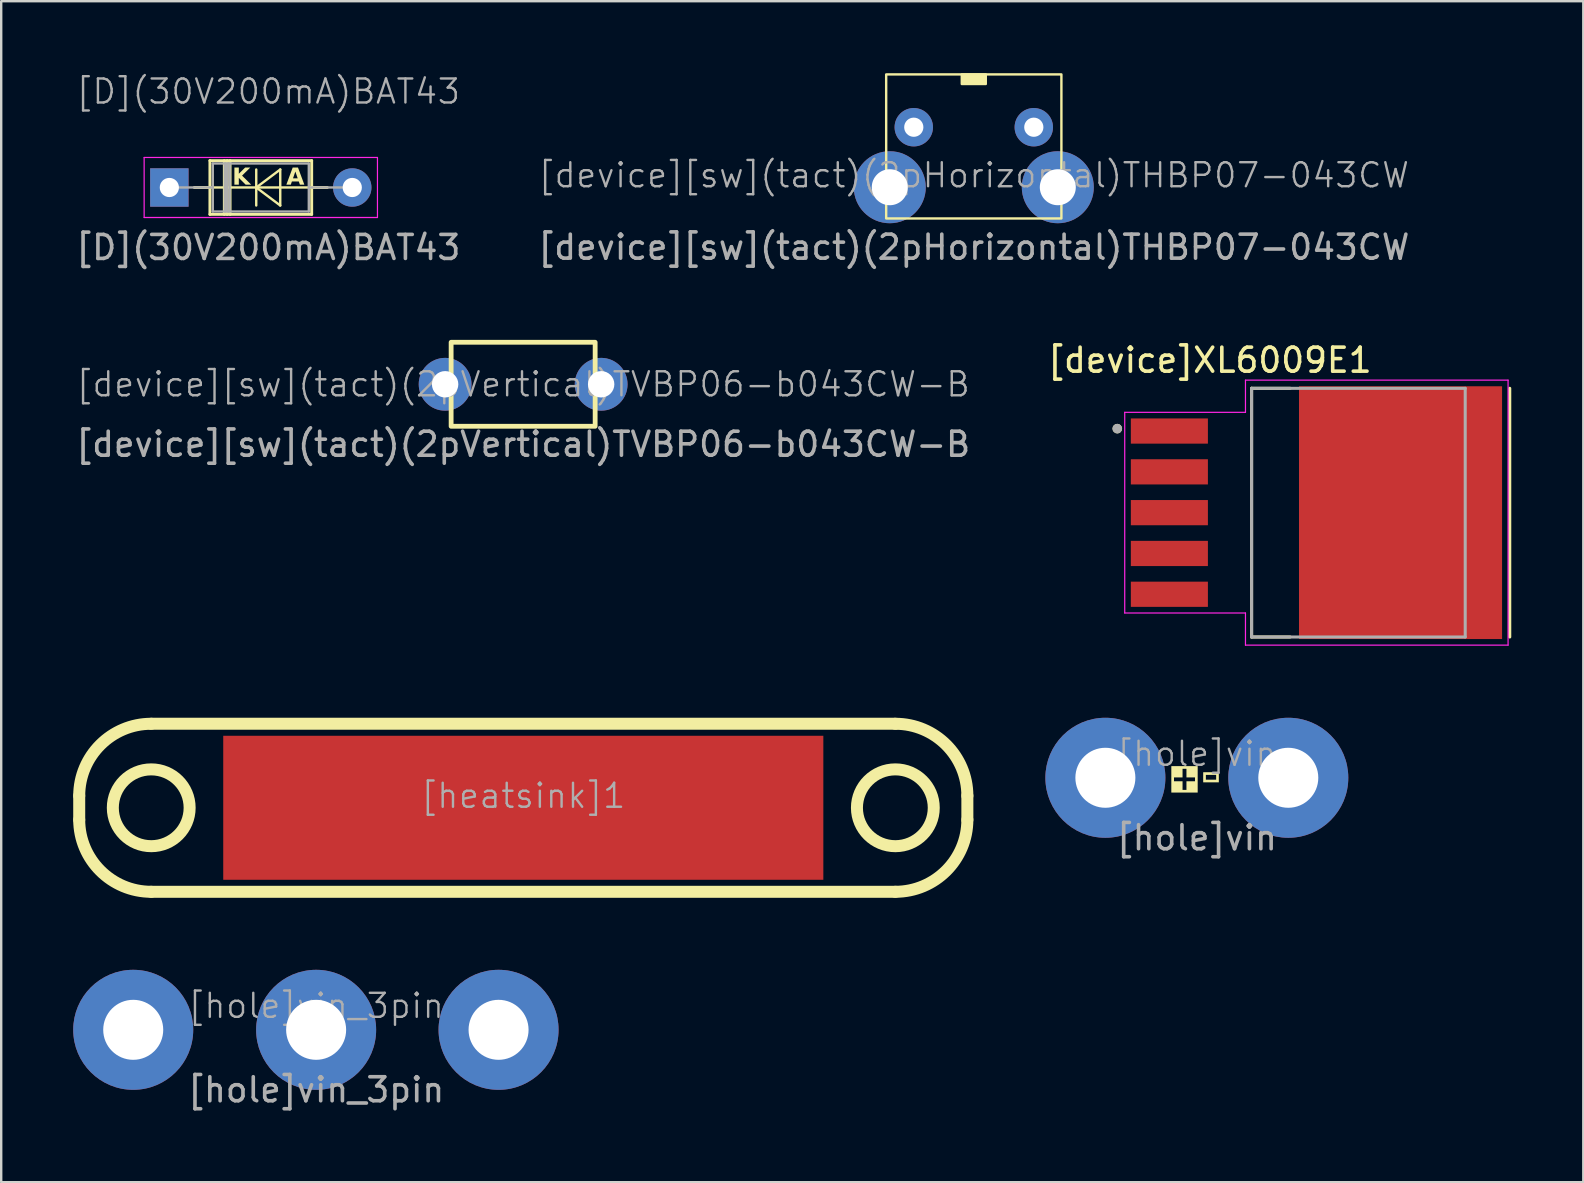
<source format=kicad_pcb>
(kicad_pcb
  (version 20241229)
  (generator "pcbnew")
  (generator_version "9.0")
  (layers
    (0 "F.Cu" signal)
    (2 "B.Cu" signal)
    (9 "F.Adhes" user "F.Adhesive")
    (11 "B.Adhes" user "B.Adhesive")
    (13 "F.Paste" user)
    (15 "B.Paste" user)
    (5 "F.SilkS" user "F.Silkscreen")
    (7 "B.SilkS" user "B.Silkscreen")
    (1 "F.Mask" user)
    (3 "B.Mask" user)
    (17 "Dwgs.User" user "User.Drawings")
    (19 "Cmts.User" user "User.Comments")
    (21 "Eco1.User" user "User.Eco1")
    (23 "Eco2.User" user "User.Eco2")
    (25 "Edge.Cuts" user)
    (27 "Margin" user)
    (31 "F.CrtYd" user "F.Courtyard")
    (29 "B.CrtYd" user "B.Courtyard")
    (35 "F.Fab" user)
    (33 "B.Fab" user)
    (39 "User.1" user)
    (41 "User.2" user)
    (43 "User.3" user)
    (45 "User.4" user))
  (footprint "[hole]vin"
    (layer "F.Cu")
    (at 46.81 29.352)
    (property "Reference" "[hole]vin" (at 0 -1 0) (unlocked yes) (layer "F.Fab") (effects (font (size 1 1) (thickness 0.1))))
    (attr through_hole)
    (fp_text user "+" (at -1.1 0.675 0) (unlocked yes) (layer "F.SilkS" knockout) (effects (font (face "Arial Black") (size 1 1) (thickness 0.1)) (justify left bottom)))
    (fp_text user "-" (at 0.3 0.55 0) (unlocked yes) (layer "F.SilkS" knockout) (effects (font (face "Arial Black") (size 1 1) (thickness 0.1)) (justify left bottom)))
    (fp_text user "${REFERENCE}" (at 0 2.5 0) (unlocked yes) (layer "F.Fab") (effects (font (size 1 1) (thickness 0.15))))
    (pad "1" thru_hole circle (at -3.81 0) (size 5 5) (drill 2.5) (layers "*.Cu" "*.Mask"))
    (pad "2" thru_hole circle (at 3.81 0) (size 5 5) (drill 2.5) (layers "*.Cu" "*.Mask")))
  (footprint "[device][sw](tact)(2pHorizontal)THBP07-043CW"
    (layer "F.Cu")
    (at 37.518 4.75)
    (property "Reference" "[device][sw](tact)(2pHorizontal)THBP07-043CW" (at 0 -0.5 0) (unlocked yes) (layer "F.Fab") (effects (font (size 1 1) (thickness 0.1))))
    (attr through_hole)
    (fp_rect (start -3.65 1.3) (end 3.65 -4.7) (stroke (width 0.1) (type default)) (fill no) (layer "F.SilkS"))
    (fp_rect (start -0.5 -4.7) (end 0.5 -4.3) (stroke (width 0.1) (type solid)) (fill yes) (layer "F.SilkS"))
    (fp_text user "${REFERENCE}" (at 0 2.5 0) (unlocked yes) (layer "F.Fab") (effects (font (size 1 1) (thickness 0.15))))
    (pad "" thru_hole circle (at -2.5 -2.5) (size 1.6 1.6) (drill 0.8) (layers "*.Cu" "*.Mask"))
    (pad "" thru_hole circle (at 2.5 -2.5) (size 1.6 1.6) (drill 0.8) (layers "*.Cu" "*.Mask"))
    (pad "1" thru_hole circle (at -3.5 0) (size 3 3) (drill 1.5) (layers "*.Cu" "*.Mask"))
    (pad "2" thru_hole circle (at 3.5 0) (size 3 3) (drill 1.5) (layers "*.Cu" "*.Mask")))
  (footprint "[heatsink]1"
    (layer "F.Cu")
    (at 18.75 30.602)
    (property "Reference" "[heatsink]1" (at 0 -0.5 0) (unlocked yes) (layer "F.Fab") (effects (font (size 1 1) (thickness 0.1))))
    (attr smd)
    (fp_line (start -18.5 0.5) (end -18.5 -0.5) (stroke (width 0.5) (type solid)) (layer "F.SilkS"))
    (fp_line (start -15.5 -3.5) (end 15.5 -3.5) (stroke (width 0.5) (type solid)) (layer "F.SilkS"))
    (fp_line (start 15.5 3.5) (end -15.5 3.5) (stroke (width 0.5) (type solid)) (layer "F.SilkS"))
    (fp_line (start 18.5 -0.5) (end 18.5 0.5) (stroke (width 0.5) (type solid)) (layer "F.SilkS"))
    (fp_arc (start -18.5 -0.5) (mid -17.62132 -2.62132) (end -15.5 -3.5) (stroke (width 0.5) (type solid)) (layer "F.SilkS"))
    (fp_arc (start -15.5 3.5) (mid -17.62132 2.62132) (end -18.5 0.5) (stroke (width 0.5) (type solid)) (layer "F.SilkS"))
    (fp_arc (start 15.5 -3.5) (mid 17.621321 -2.621321) (end 18.5 -0.5) (stroke (width 0.5) (type solid)) (layer "F.SilkS"))
    (fp_arc (start 18.5 0.5) (mid 17.621321 2.621321) (end 15.5 3.5) (stroke (width 0.5) (type solid)) (layer "F.SilkS"))
    (fp_circle (center -15.5 0) (end -13.9 0) (stroke (width 0.5) (type solid)) (fill no) (layer "F.SilkS"))
    (fp_circle (center 15.5 0) (end 17.1 0) (stroke (width 0.5) (type solid)) (fill no) (layer "F.SilkS"))
    (pad "1" smd rect (at 0 0) (size 25 6) (layers "F.Cu" "F.Mask" "F.Paste")))
  (footprint "[device][sw](tact)(2pVertical)TVBP06-b043CW-B"
    (layer "F.Cu")
    (at 18.744 12.959)
    (property "Reference" "[device][sw](tact)(2pVertical)TVBP06-b043CW-B" (at 0 0 0) (unlocked yes) (layer "F.Fab") (effects (font (size 1 1) (thickness 0.1))))
    (attr through_hole)
    (fp_rect (start -3 -1.75) (end 3 1.75) (stroke (width 0.2) (type default)) (fill no) (layer "F.SilkS"))
    (fp_text user "${REFERENCE}" (at 0 2.5 0) (unlocked yes) (layer "F.Fab") (effects (font (size 1 1) (thickness 0.15))))
    (pad "1" thru_hole circle (at -3.25 0) (size 2.2 2.2) (drill 1.1) (layers "*.Cu" "*.Mask"))
    (pad "2" thru_hole circle (at 3.25 0) (size 2.2 2.2) (drill 1.1) (layers "*.Cu" "*.Mask")))
  (footprint "[hole]vin_3pin"
    (layer "F.Cu")
    (at 10.12 39.852)
    (property "Reference" "[hole]vin_3pin" (at 0 -1 0) (unlocked yes) (layer "F.Fab") (effects (font (size 1 1) (thickness 0.1))))
    (attr through_hole)
    (fp_text user "${REFERENCE}" (at 0 2.5 0) (unlocked yes) (layer "F.Fab") (effects (font (size 1 1) (thickness 0.15))))
    (pad "1" thru_hole circle (at -7.62 0) (size 5 5) (drill 2.5) (layers "*.Cu" "*.Mask"))
    (pad "2" thru_hole circle (at 0 0) (size 5 5) (drill 2.5) (layers "*.Cu" "*.Mask"))
    (pad "3" thru_hole circle (at 7.6 0) (size 5 5) (drill 2.5) (layers "*.Cu" "*.Mask")))
  (footprint "[device]XL6009E1"
    (layer "F.Cu")
    (at 51.796 18.307)
    (property "Reference" "[device]XL6009E1" (at -4.445 -6.35 0) (layer "F.SilkS") (effects (font (size 1 1) (thickness 0.15))))
    (attr smd)
    (fp_line (start -2.705 -5.18) (end -2.705 5.18) (stroke (width 0.127) (type solid)) (layer "F.SilkS"))
    (fp_line (start -1.1 -5.18) (end -2.705 -5.18) (stroke (width 0.127) (type solid)) (layer "F.SilkS"))
    (fp_line (start -1.1 5.18) (end -2.705 5.18) (stroke (width 0.127) (type solid)) (layer "F.SilkS"))
    (fp_line (start 8.05 -5.18) (end 8.05 5.18) (stroke (width 0.127) (type solid)) (layer "F.SilkS"))
    (fp_circle (center -8.3 -3.5) (end -8.2 -3.5) (stroke (width 0.2) (type solid)) (fill no) (layer "F.SilkS"))
    (fp_poly (pts (xy -0.31 -4.93) (xy 0.95 -4.93) (xy 0.95 -3.51) (xy -0.31 -3.51)) (stroke (width 0.01) (type solid)) (fill yes) (layer "F.Paste"))
    (fp_poly (pts (xy -0.31 -2.82) (xy 0.95 -2.82) (xy 0.95 -1.4) (xy -0.31 -1.4)) (stroke (width 0.01) (type solid)) (fill yes) (layer "F.Paste"))
    (fp_poly (pts (xy -0.31 -0.71) (xy 0.95 -0.71) (xy 0.95 0.71) (xy -0.31 0.71)) (stroke (width 0.01) (type solid)) (fill yes) (layer "F.Paste"))
    (fp_poly (pts (xy -0.31 1.4) (xy 0.95 1.4) (xy 0.95 2.82) (xy -0.31 2.82)) (stroke (width 0.01) (type solid)) (fill yes) (layer "F.Paste"))
    (fp_poly (pts (xy -0.31 3.51) (xy 0.95 3.51) (xy 0.95 4.93) (xy -0.31 4.93)) (stroke (width 0.01) (type solid)) (fill yes) (layer "F.Paste"))
    (fp_poly (pts (xy 1.81 -4.93) (xy 3.07 -4.93) (xy 3.07 -3.51) (xy 1.81 -3.51)) (stroke (width 0.01) (type solid)) (fill yes) (layer "F.Paste"))
    (fp_poly (pts (xy 1.81 -2.82) (xy 3.07 -2.82) (xy 3.07 -1.4) (xy 1.81 -1.4)) (stroke (width 0.01) (type solid)) (fill yes) (layer "F.Paste"))
    (fp_poly (pts (xy 1.81 -0.71) (xy 3.07 -0.71) (xy 3.07 0.71) (xy 1.81 0.71)) (stroke (width 0.01) (type solid)) (fill yes) (layer "F.Paste"))
    (fp_poly (pts (xy 1.81 1.4) (xy 3.07 1.4) (xy 3.07 2.82) (xy 1.81 2.82)) (stroke (width 0.01) (type solid)) (fill yes) (layer "F.Paste"))
    (fp_poly (pts (xy 1.81 3.51) (xy 3.07 3.51) (xy 3.07 4.93) (xy 1.81 4.93)) (stroke (width 0.01) (type solid)) (fill yes) (layer "F.Paste"))
    (fp_poly (pts (xy 3.93 -4.93) (xy 5.19 -4.93) (xy 5.19 -3.51) (xy 3.93 -3.51)) (stroke (width 0.01) (type solid)) (fill yes) (layer "F.Paste"))
    (fp_poly (pts (xy 3.93 -2.82) (xy 5.19 -2.82) (xy 5.19 -1.4) (xy 3.93 -1.4)) (stroke (width 0.01) (type solid)) (fill yes) (layer "F.Paste"))
    (fp_poly (pts (xy 3.93 -0.71) (xy 5.19 -0.71) (xy 5.19 0.71) (xy 3.93 0.71)) (stroke (width 0.01) (type solid)) (fill yes) (layer "F.Paste"))
    (fp_poly (pts (xy 3.93 1.4) (xy 5.19 1.4) (xy 5.19 2.82) (xy 3.93 2.82)) (stroke (width 0.01) (type solid)) (fill yes) (layer "F.Paste"))
    (fp_poly (pts (xy 3.93 3.51) (xy 5.19 3.51) (xy 5.19 4.93) (xy 3.93 4.93)) (stroke (width 0.01) (type solid)) (fill yes) (layer "F.Paste"))
    (fp_poly (pts (xy 6.05 -4.93) (xy 7.31 -4.93) (xy 7.31 -3.51) (xy 6.05 -3.51)) (stroke (width 0.01) (type solid)) (fill yes) (layer "F.Paste"))
    (fp_poly (pts (xy 6.05 -2.82) (xy 7.31 -2.82) (xy 7.31 -1.4) (xy 6.05 -1.4)) (stroke (width 0.01) (type solid)) (fill yes) (layer "F.Paste"))
    (fp_poly (pts (xy 6.05 -0.71) (xy 7.31 -0.71) (xy 7.31 0.71) (xy 6.05 0.71)) (stroke (width 0.01) (type solid)) (fill yes) (layer "F.Paste"))
    (fp_poly (pts (xy 6.05 1.4) (xy 7.31 1.4) (xy 7.31 2.82) (xy 6.05 2.82)) (stroke (width 0.01) (type solid)) (fill yes) (layer "F.Paste"))
    (fp_poly (pts (xy 6.05 3.51) (xy 7.31 3.51) (xy 7.31 4.93) (xy 6.05 4.93)) (stroke (width 0.01) (type solid)) (fill yes) (layer "F.Paste"))
    (fp_line (start -7.99 -4.18) (end -7.99 4.18) (stroke (width 0.05) (type solid)) (layer "F.CrtYd"))
    (fp_line (start -7.99 4.18) (end -2.96 4.18) (stroke (width 0.05) (type solid)) (layer "F.CrtYd"))
    (fp_line (start -2.96 -5.52) (end -2.96 -4.18) (stroke (width 0.05) (type solid)) (layer "F.CrtYd"))
    (fp_line (start -2.96 -4.18) (end -7.99 -4.18) (stroke (width 0.05) (type solid)) (layer "F.CrtYd"))
    (fp_line (start -2.96 4.18) (end -2.96 5.52) (stroke (width 0.05) (type solid)) (layer "F.CrtYd"))
    (fp_line (start -2.96 5.52) (end 7.98 5.52) (stroke (width 0.05) (type solid)) (layer "F.CrtYd"))
    (fp_line (start 7.98 -5.52) (end -2.96 -5.52) (stroke (width 0.05) (type solid)) (layer "F.CrtYd"))
    (fp_line (start 7.98 5.52) (end 7.98 -5.52) (stroke (width 0.05) (type solid)) (layer "F.CrtYd"))
    (fp_line (start -2.705 -5.18) (end -2.705 5.18) (stroke (width 0.127) (type solid)) (layer "F.Fab"))
    (fp_line (start -2.705 5.18) (end 6.195 5.18) (stroke (width 0.127) (type solid)) (layer "F.Fab"))
    (fp_line (start 6.195 -5.18) (end -2.705 -5.18) (stroke (width 0.127) (type solid)) (layer "F.Fab"))
    (fp_line (start 6.195 5.18) (end 6.195 -5.18) (stroke (width 0.127) (type solid)) (layer "F.Fab"))
    (fp_circle (center -8.3 -3.5) (end -8.2 -3.5) (stroke (width 0.2) (type solid)) (fill no) (layer "F.Fab"))
    (pad "1" smd rect (at -6.13 -3.4) (size 3.21 1.05) (layers "F.Cu" "F.Mask" "F.Paste"))
    (pad "2" smd rect (at -6.13 -1.7) (size 3.21 1.05) (layers "F.Cu" "F.Mask" "F.Paste"))
    (pad "3" smd rect (at -6.13 0) (size 3.21 1.05) (layers "F.Cu" "F.Mask" "F.Paste"))
    (pad "4" smd rect (at -6.13 1.7) (size 3.21 1.05) (layers "F.Cu" "F.Mask" "F.Paste"))
    (pad "5" smd rect (at -6.13 3.4) (size 3.21 1.05) (layers "F.Cu" "F.Mask" "F.Paste"))
    (pad "6" smd rect (at 3.5 0) (size 8.46 10.53) (layers "F.Cu" "F.Mask")))
  (footprint "[D](30V200mA)BAT43"
    (layer "F.Cu")
    (at 8.125 4.761)
    (property "Reference" "[D](30V200mA)BAT43" (at 0 -4 0) (unlocked yes) (layer "F.Fab") (effects (font (size 1 1) (thickness 0.1))))
    (attr through_hole)
    (fp_line (start -3.08 0) (end -2.43 0) (stroke (width 0.12) (type solid)) (layer "F.SilkS"))
    (fp_line (start -2.43 -1.12) (end -2.43 1.12) (stroke (width 0.12) (type solid)) (layer "F.SilkS"))
    (fp_line (start -2.43 0) (end 1.81 0) (stroke (width 0.1) (type default)) (layer "F.SilkS"))
    (fp_line (start -2.43 1.12) (end 1.81 1.12) (stroke (width 0.12) (type solid)) (layer "F.SilkS"))
    (fp_line (start -1.83 -1.12) (end -1.83 1.12) (stroke (width 0.12) (type solid)) (layer "F.SilkS"))
    (fp_line (start -1.71 -1.12) (end -1.71 1.12) (stroke (width 0.12) (type solid)) (layer "F.SilkS"))
    (fp_line (start -1.59 -1.12) (end -1.59 1.12) (stroke (width 0.12) (type solid)) (layer "F.SilkS"))
    (fp_line (start -0.5 0) (end -0.5 -0.75) (stroke (width 0.1) (type default)) (layer "F.SilkS"))
    (fp_line (start -0.5 0) (end -0.5 0.75) (stroke (width 0.1) (type default)) (layer "F.SilkS"))
    (fp_line (start -0.5 0) (end 0.5 -0.75) (stroke (width 0.1) (type default)) (layer "F.SilkS"))
    (fp_line (start 0.5 -0.75) (end 0.5 0.75) (stroke (width 0.1) (type default)) (layer "F.SilkS"))
    (fp_line (start 0.5 0.75) (end -0.5 0) (stroke (width 0.1) (type default)) (layer "F.SilkS"))
    (fp_line (start 1.81 -1.12) (end -2.43 -1.12) (stroke (width 0.12) (type solid)) (layer "F.SilkS"))
    (fp_line (start 1.81 1.12) (end 1.81 -1.12) (stroke (width 0.12) (type solid)) (layer "F.SilkS"))
    (fp_line (start 2.46 0) (end 1.81 0) (stroke (width 0.12) (type solid)) (layer "F.SilkS"))
    (fp_line (start -5.17 -1.25) (end -5.17 1.25) (stroke (width 0.05) (type solid)) (layer "F.CrtYd"))
    (fp_line (start -5.17 1.25) (end 4.55 1.25) (stroke (width 0.05) (type solid)) (layer "F.CrtYd"))
    (fp_line (start 4.55 -1.25) (end -5.17 -1.25) (stroke (width 0.05) (type solid)) (layer "F.CrtYd"))
    (fp_line (start 4.55 1.25) (end 4.55 -1.25) (stroke (width 0.05) (type solid)) (layer "F.CrtYd"))
    (fp_line (start -4.12 0) (end -2.31 0) (stroke (width 0.1) (type solid)) (layer "F.Fab"))
    (fp_line (start -2.31 -1) (end -2.31 1) (stroke (width 0.1) (type solid)) (layer "F.Fab"))
    (fp_line (start -2.31 1) (end 1.69 1) (stroke (width 0.1) (type solid)) (layer "F.Fab"))
    (fp_line (start -1.81 -1) (end -1.81 1) (stroke (width 0.1) (type solid)) (layer "F.Fab"))
    (fp_line (start -1.71 -1) (end -1.71 1) (stroke (width 0.1) (type solid)) (layer "F.Fab"))
    (fp_line (start -1.61 -1) (end -1.61 1) (stroke (width 0.1) (type solid)) (layer "F.Fab"))
    (fp_line (start 1.69 -1) (end -2.31 -1) (stroke (width 0.1) (type solid)) (layer "F.Fab"))
    (fp_line (start 1.69 1) (end 1.69 -1) (stroke (width 0.1) (type solid)) (layer "F.Fab"))
    (fp_line (start 3.5 0) (end 1.69 0) (stroke (width 0.1) (type solid)) (layer "F.Fab"))
    (fp_text user "A" (at 0.75 0 0) (unlocked yes) (layer "F.SilkS") (effects (font (face "Arial Black") (size 0.7 0.7) (thickness 0.1)) (justify left bottom)))
    (fp_text user "K" (at -1.5 0 0) (unlocked yes) (layer "F.SilkS") (effects (font (face "Arial Black") (size 0.7 0.7) (thickness 0.1)) (justify left bottom)))
    (fp_text user "${REFERENCE}" (at 0 2.5 0) (unlocked yes) (layer "F.Fab") (effects (font (size 1 1) (thickness 0.15))))
    (pad "1" thru_hole rect (at -4.12 0) (size 1.6 1.6) (drill 0.8) (layers "*.Cu" "*.Mask"))
    (pad "2" thru_hole oval (at 3.5 0) (size 1.6 1.6) (drill 0.8) (layers "*.Cu" "*.Mask")))
  (gr_rect
    (start -3 -3)
    (end 62.91 46.2)
    (stroke (width 0.1) (type default))
    (fill no)
    (layer "Edge.Cuts")))
</source>
